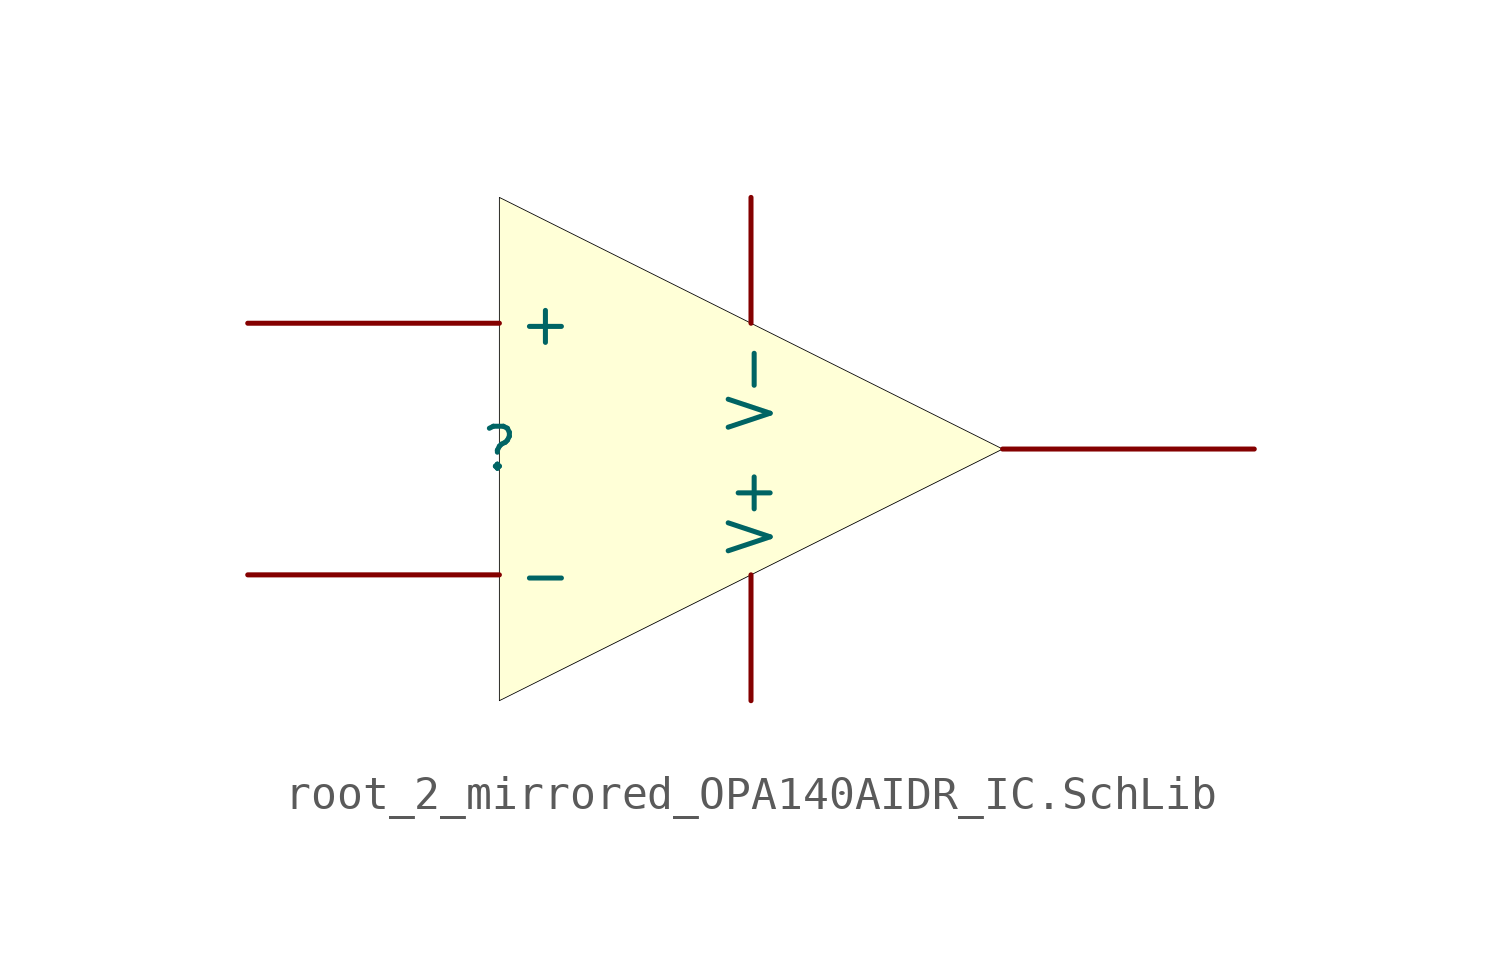
<source format=kicad_sym>
(kicad_symbol_lib
  (version 20241209)
  (generator "kicad_symbol_editor")
  (generator_version "9.0")
  (symbol "root_2_mirrored_OPA140AIDR_IC.SchLib"
    (pin_numbers
      (hide yes))
    (property "Reference" ""
      (at 0 0 0)
      (effects (font (size 1.27 1.27))))
    (property "Value" ""
      (at 0 0 0)
      (effects (font (size 1.27 1.27))))
    (symbol "root_2_mirrored_OPA140AIDR_IC.SchLib_1_0"
      (polyline (pts (xy 0 7.62) (xy 0 -7.62) (xy 15.24 0) (xy 0 7.62)) (stroke (width 0.025) (type solid) (color 0 0 0 1)) (fill (type color) (color 255 255 176 0.5)))
      (pin input line (at -7.62 3.81 0) (length 7.62) (name "+" (effects (font (size 1.27 1.27)))) (number "3" (effects (font (size 1.27 1.27)))))
      (pin input line (at -7.62 -3.81 0) (length 7.62) (name "-" (effects (font (size 1.27 1.27)))) (number "2" (effects (font (size 1.27 1.27)))))
      (pin power_in line (at 7.62 7.62 270) (length 3.81) (name "V-" (effects (font (size 1.27 1.27)))) (number "4" (effects (font (size 1.27 1.27)))))
      (pin power_in line (at 7.62 -7.62 90) (length 3.81) (name "V+" (effects (font (size 1.27 1.27)))) (number "7" (effects (font (size 1.27 1.27)))))
      (pin output line (at 22.86 0 180) (length 7.62) (name "OUT" (effects (font (size 0 0)))) (number "6" (effects (font (size 1.27 1.27))))))))
</source>
